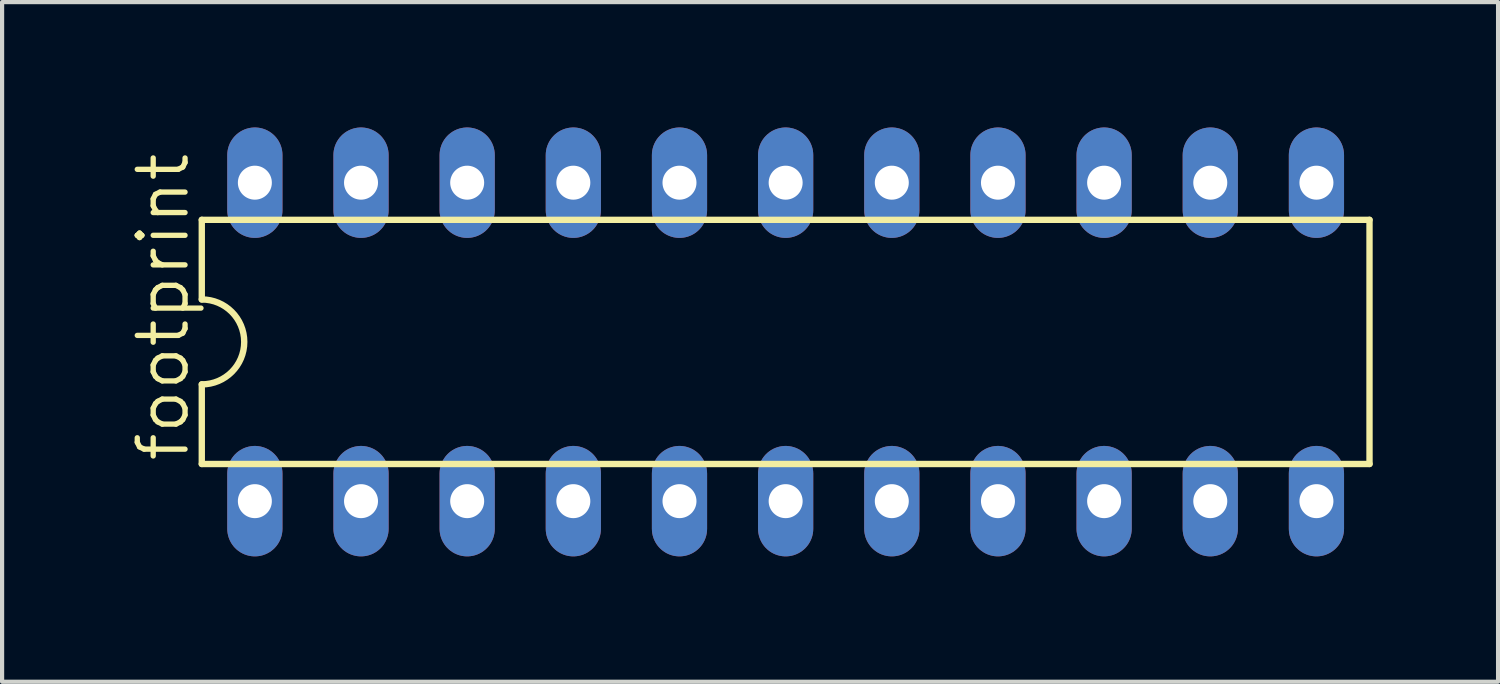
<source format=kicad_pcb>
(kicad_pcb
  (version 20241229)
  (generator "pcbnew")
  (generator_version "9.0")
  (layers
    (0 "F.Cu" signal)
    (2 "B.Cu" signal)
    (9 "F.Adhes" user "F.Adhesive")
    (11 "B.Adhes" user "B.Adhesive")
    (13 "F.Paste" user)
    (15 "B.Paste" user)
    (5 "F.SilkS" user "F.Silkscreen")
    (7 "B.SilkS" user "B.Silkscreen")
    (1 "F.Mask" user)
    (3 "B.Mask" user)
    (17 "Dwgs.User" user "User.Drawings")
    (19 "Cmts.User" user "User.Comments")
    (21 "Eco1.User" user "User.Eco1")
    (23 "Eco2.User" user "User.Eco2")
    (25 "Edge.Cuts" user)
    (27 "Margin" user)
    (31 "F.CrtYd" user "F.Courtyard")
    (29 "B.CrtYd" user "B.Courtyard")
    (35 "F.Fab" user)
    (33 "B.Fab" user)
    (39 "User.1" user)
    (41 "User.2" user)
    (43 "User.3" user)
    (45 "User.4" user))
  (footprint "footprint"
    (layer "F.Cu")
    (at 15.748 5.131)
    (property "Reference" "footprint" (at -14.224 2.921 90) (layer "F.SilkS") (effects (font (size 1.143 1.143) (thickness 0.127)) (justify left bottom)))
    (fp_line (start -13.97 -2.921) (end -13.97 -1.016) (stroke (width 0.152) (type solid)) (layer "F.SilkS"))
    (fp_line (start -13.97 2.921) (end -13.97 1.016) (stroke (width 0.152) (type solid)) (layer "F.SilkS"))
    (fp_line (start -13.97 2.921) (end 13.97 2.921) (stroke (width 0.152) (type solid)) (layer "F.SilkS"))
    (fp_line (start 13.97 -2.921) (end -13.97 -2.921) (stroke (width 0.152) (type solid)) (layer "F.SilkS"))
    (fp_line (start 13.97 -2.921) (end 13.97 2.921) (stroke (width 0.152) (type solid)) (layer "F.SilkS"))
    (fp_arc (start -13.97 -1.016) (mid -12.954 0) (end -13.97 1.016) (stroke (width 0.1524) (type solid)) (layer "F.SilkS"))
    (pad "1" thru_hole oval (at -12.7 3.81 90) (size 2.642 1.321) (drill 0.813) (layers "*.Cu" "*.Mask"))
    (pad "2" thru_hole oval (at -10.16 3.81 90) (size 2.642 1.321) (drill 0.813) (layers "*.Cu" "*.Mask"))
    (pad "3" thru_hole oval (at -7.62 3.81 90) (size 2.642 1.321) (drill 0.813) (layers "*.Cu" "*.Mask"))
    (pad "4" thru_hole oval (at -5.08 3.81 90) (size 2.642 1.321) (drill 0.813) (layers "*.Cu" "*.Mask"))
    (pad "5" thru_hole oval (at -2.54 3.81 90) (size 2.642 1.321) (drill 0.813) (layers "*.Cu" "*.Mask"))
    (pad "6" thru_hole oval (at 0 3.81 90) (size 2.642 1.321) (drill 0.813) (layers "*.Cu" "*.Mask"))
    (pad "7" thru_hole oval (at 2.54 3.81 90) (size 2.642 1.321) (drill 0.813) (layers "*.Cu" "*.Mask"))
    (pad "8" thru_hole oval (at 5.08 3.81 90) (size 2.642 1.321) (drill 0.813) (layers "*.Cu" "*.Mask"))
    (pad "9" thru_hole oval (at 7.62 3.81 90) (size 2.642 1.321) (drill 0.813) (layers "*.Cu" "*.Mask"))
    (pad "10" thru_hole oval (at 10.16 3.81 90) (size 2.642 1.321) (drill 0.813) (layers "*.Cu" "*.Mask"))
    (pad "11" thru_hole oval (at 12.7 3.81 90) (size 2.642 1.321) (drill 0.813) (layers "*.Cu" "*.Mask"))
    (pad "12" thru_hole oval (at 12.7 -3.81 90) (size 2.642 1.321) (drill 0.813) (layers "*.Cu" "*.Mask"))
    (pad "13" thru_hole oval (at 10.16 -3.81 90) (size 2.642 1.321) (drill 0.813) (layers "*.Cu" "*.Mask"))
    (pad "14" thru_hole oval (at 7.62 -3.81 90) (size 2.642 1.321) (drill 0.813) (layers "*.Cu" "*.Mask"))
    (pad "15" thru_hole oval (at 5.08 -3.81 90) (size 2.642 1.321) (drill 0.813) (layers "*.Cu" "*.Mask"))
    (pad "16" thru_hole oval (at 2.54 -3.81 90) (size 2.642 1.321) (drill 0.813) (layers "*.Cu" "*.Mask"))
    (pad "17" thru_hole oval (at 0 -3.81 90) (size 2.642 1.321) (drill 0.813) (layers "*.Cu" "*.Mask"))
    (pad "18" thru_hole oval (at -2.54 -3.81 90) (size 2.642 1.321) (drill 0.813) (layers "*.Cu" "*.Mask"))
    (pad "19" thru_hole oval (at -5.08 -3.81 90) (size 2.642 1.321) (drill 0.813) (layers "*.Cu" "*.Mask"))
    (pad "20" thru_hole oval (at -7.62 -3.81 90) (size 2.642 1.321) (drill 0.813) (layers "*.Cu" "*.Mask"))
    (pad "21" thru_hole oval (at -10.16 -3.81 90) (size 2.642 1.321) (drill 0.813) (layers "*.Cu" "*.Mask"))
    (pad "22" thru_hole oval (at -12.7 -3.81 90) (size 2.642 1.321) (drill 0.813) (layers "*.Cu" "*.Mask")))
  (gr_rect
    (start -3 -3)
    (end 32.794 13.262)
    (stroke (width 0.1) (type default))
    (fill no)
    (layer "Edge.Cuts")))
</source>
